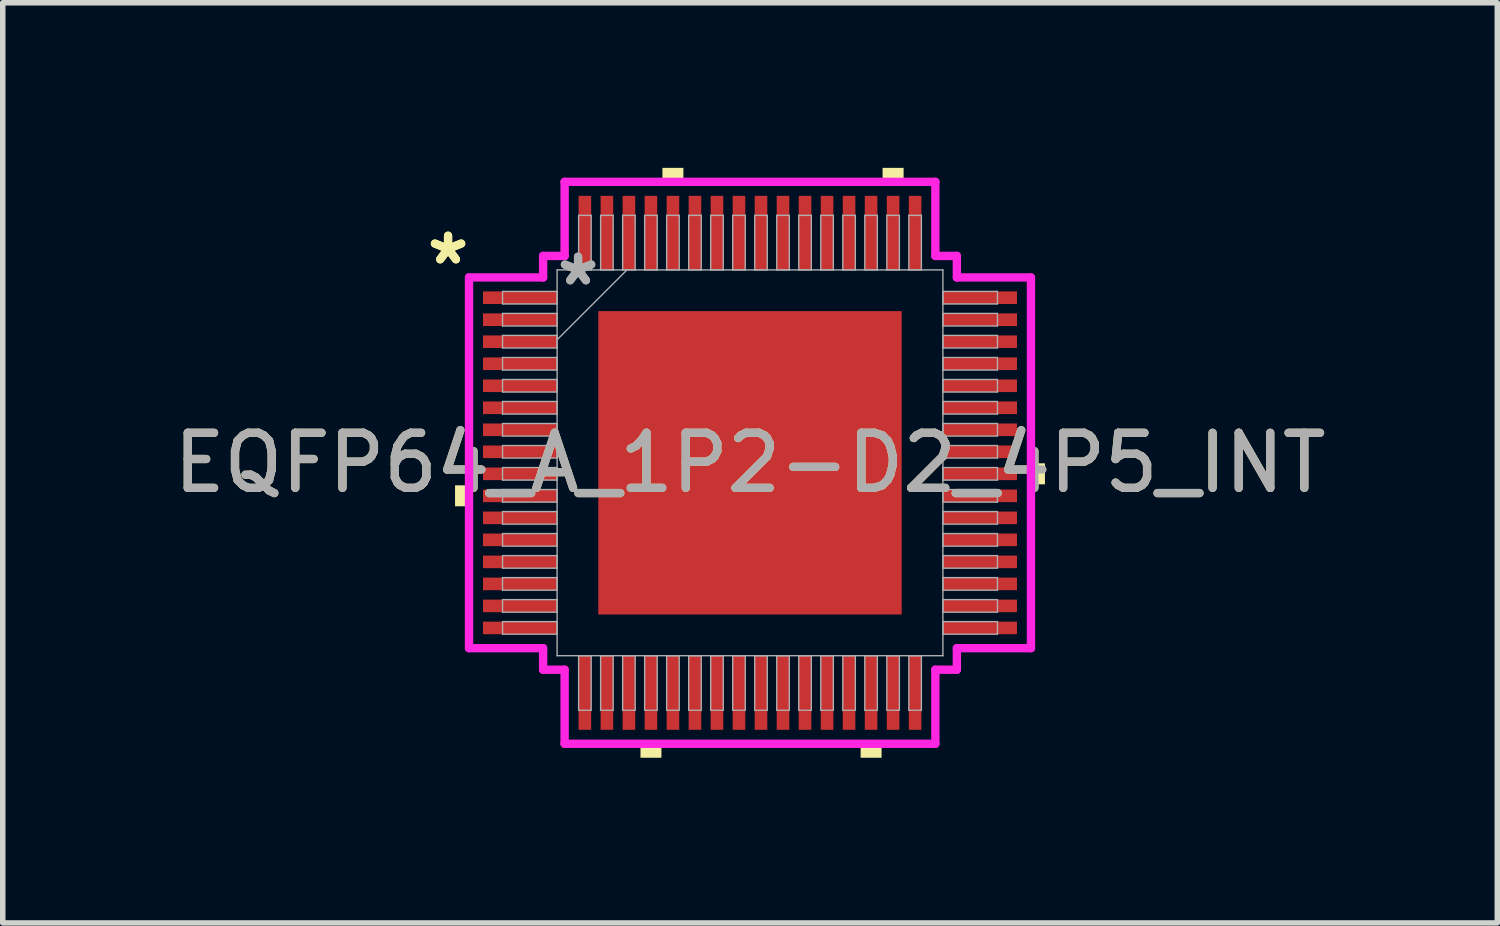
<source format=kicad_pcb>
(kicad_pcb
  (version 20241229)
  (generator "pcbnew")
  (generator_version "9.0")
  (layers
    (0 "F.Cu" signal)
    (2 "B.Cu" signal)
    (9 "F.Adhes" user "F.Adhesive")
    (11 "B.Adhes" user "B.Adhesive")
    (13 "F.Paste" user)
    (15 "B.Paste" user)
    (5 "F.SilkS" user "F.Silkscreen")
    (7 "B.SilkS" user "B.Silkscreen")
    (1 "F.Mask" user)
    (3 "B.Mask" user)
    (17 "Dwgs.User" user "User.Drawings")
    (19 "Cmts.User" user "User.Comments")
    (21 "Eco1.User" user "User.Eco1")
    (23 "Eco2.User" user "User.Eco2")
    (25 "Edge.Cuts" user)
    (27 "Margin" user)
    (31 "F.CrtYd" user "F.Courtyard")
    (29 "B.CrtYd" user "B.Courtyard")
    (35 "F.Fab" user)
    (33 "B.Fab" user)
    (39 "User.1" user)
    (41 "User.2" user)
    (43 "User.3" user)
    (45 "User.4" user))
  (footprint "EQFP64_A_1P2-D2_4P5_INT"
    (layer "F.Cu")
    (at 10.577 5.359)
    (property "Reference" "EQFP64_A_1P2-D2_4P5_INT" (at 0 0 0) (unlocked yes) (layer "F.SilkS") (effects (font (size 1 1) (thickness 0.15))))
    (attr smd)
    (fp_poly (pts (xy -5.359 0.409) (xy -5.359 0.79) (xy -5.105 0.79) (xy -5.105 0.409)) (stroke (width 0) (type solid)) (fill yes) (layer "F.SilkS"))
    (fp_poly (pts (xy -1.99 5.105) (xy -1.99 5.359) (xy -1.609 5.359) (xy -1.609 5.105)) (stroke (width 0) (type solid)) (fill yes) (layer "F.SilkS"))
    (fp_poly (pts (xy -1.591 -5.105) (xy -1.591 -5.359) (xy -1.21 -5.359) (xy -1.21 -5.105)) (stroke (width 0) (type solid)) (fill yes) (layer "F.SilkS"))
    (fp_poly (pts (xy 2.01 5.105) (xy 2.01 5.359) (xy 2.391 5.359) (xy 2.391 5.105)) (stroke (width 0) (type solid)) (fill yes) (layer "F.SilkS"))
    (fp_poly (pts (xy 2.409 -5.105) (xy 2.409 -5.359) (xy 2.791 -5.359) (xy 2.791 -5.105)) (stroke (width 0) (type solid)) (fill yes) (layer "F.SilkS"))
    (fp_poly (pts (xy 5.359 0.009) (xy 5.359 0.391) (xy 5.105 0.391) (xy 5.105 0.009)) (stroke (width 0) (type solid)) (fill yes) (layer "F.SilkS"))
    (fp_poly (pts (xy -2.656 -2.656) (xy -2.656 -1.478) (xy -1.478 -1.478) (xy -1.478 -2.656)) (stroke (width 0) (type solid)) (fill yes) (layer "F.Paste"))
    (fp_poly (pts (xy -2.656 -1.278) (xy -2.656 -0.1) (xy -1.478 -0.1) (xy -1.478 -1.278)) (stroke (width 0) (type solid)) (fill yes) (layer "F.Paste"))
    (fp_poly (pts (xy -2.656 0.1) (xy -2.656 1.278) (xy -1.478 1.278) (xy -1.478 0.1)) (stroke (width 0) (type solid)) (fill yes) (layer "F.Paste"))
    (fp_poly (pts (xy -2.656 1.478) (xy -2.656 2.656) (xy -1.478 2.656) (xy -1.478 1.478)) (stroke (width 0) (type solid)) (fill yes) (layer "F.Paste"))
    (fp_poly (pts (xy -1.278 -2.656) (xy -1.278 -1.478) (xy -0.1 -1.478) (xy -0.1 -2.656)) (stroke (width 0) (type solid)) (fill yes) (layer "F.Paste"))
    (fp_poly (pts (xy -1.278 -1.278) (xy -1.278 -0.1) (xy -0.1 -0.1) (xy -0.1 -1.278)) (stroke (width 0) (type solid)) (fill yes) (layer "F.Paste"))
    (fp_poly (pts (xy -1.278 0.1) (xy -1.278 1.278) (xy -0.1 1.278) (xy -0.1 0.1)) (stroke (width 0) (type solid)) (fill yes) (layer "F.Paste"))
    (fp_poly (pts (xy -1.278 1.478) (xy -1.278 2.656) (xy -0.1 2.656) (xy -0.1 1.478)) (stroke (width 0) (type solid)) (fill yes) (layer "F.Paste"))
    (fp_poly (pts (xy 0.1 -2.656) (xy 0.1 -1.478) (xy 1.278 -1.478) (xy 1.278 -2.656)) (stroke (width 0) (type solid)) (fill yes) (layer "F.Paste"))
    (fp_poly (pts (xy 0.1 -1.278) (xy 0.1 -0.1) (xy 1.278 -0.1) (xy 1.278 -1.278)) (stroke (width 0) (type solid)) (fill yes) (layer "F.Paste"))
    (fp_poly (pts (xy 0.1 0.1) (xy 0.1 1.278) (xy 1.278 1.278) (xy 1.278 0.1)) (stroke (width 0) (type solid)) (fill yes) (layer "F.Paste"))
    (fp_poly (pts (xy 0.1 1.478) (xy 0.1 2.656) (xy 1.278 2.656) (xy 1.278 1.478)) (stroke (width 0) (type solid)) (fill yes) (layer "F.Paste"))
    (fp_poly (pts (xy 1.478 -2.656) (xy 1.478 -1.478) (xy 2.656 -1.478) (xy 2.656 -2.656)) (stroke (width 0) (type solid)) (fill yes) (layer "F.Paste"))
    (fp_poly (pts (xy 1.478 -1.278) (xy 1.478 -0.1) (xy 2.656 -0.1) (xy 2.656 -1.278)) (stroke (width 0) (type solid)) (fill yes) (layer "F.Paste"))
    (fp_poly (pts (xy 1.478 0.1) (xy 1.478 1.278) (xy 2.656 1.278) (xy 2.656 0.1)) (stroke (width 0) (type solid)) (fill yes) (layer "F.Paste"))
    (fp_poly (pts (xy 1.478 1.478) (xy 1.478 2.656) (xy 2.656 2.656) (xy 2.656 1.478)) (stroke (width 0) (type solid)) (fill yes) (layer "F.Paste"))
    (fp_line (start -5.105 -3.368) (end -3.759 -3.368) (stroke (width 0.152) (type solid)) (layer "F.CrtYd"))
    (fp_line (start -5.105 3.368) (end -5.105 -3.368) (stroke (width 0.152) (type solid)) (layer "F.CrtYd"))
    (fp_line (start -3.759 -3.759) (end -3.368 -3.759) (stroke (width 0.152) (type solid)) (layer "F.CrtYd"))
    (fp_line (start -3.759 -3.368) (end -3.759 -3.759) (stroke (width 0.152) (type solid)) (layer "F.CrtYd"))
    (fp_line (start -3.759 3.368) (end -5.105 3.368) (stroke (width 0.152) (type solid)) (layer "F.CrtYd"))
    (fp_line (start -3.759 3.759) (end -3.759 3.368) (stroke (width 0.152) (type solid)) (layer "F.CrtYd"))
    (fp_line (start -3.759 3.759) (end -3.368 3.759) (stroke (width 0.152) (type solid)) (layer "F.CrtYd"))
    (fp_line (start -3.368 -5.105) (end 3.368 -5.105) (stroke (width 0.152) (type solid)) (layer "F.CrtYd"))
    (fp_line (start -3.368 -3.759) (end -3.368 -5.105) (stroke (width 0.152) (type solid)) (layer "F.CrtYd"))
    (fp_line (start -3.368 3.759) (end -3.368 5.105) (stroke (width 0.152) (type solid)) (layer "F.CrtYd"))
    (fp_line (start -3.368 5.105) (end 3.368 5.105) (stroke (width 0.152) (type solid)) (layer "F.CrtYd"))
    (fp_line (start 3.368 -5.105) (end 3.368 -3.759) (stroke (width 0.152) (type solid)) (layer "F.CrtYd"))
    (fp_line (start 3.368 -3.759) (end 3.759 -3.759) (stroke (width 0.152) (type solid)) (layer "F.CrtYd"))
    (fp_line (start 3.368 3.759) (end 3.759 3.759) (stroke (width 0.152) (type solid)) (layer "F.CrtYd"))
    (fp_line (start 3.368 5.105) (end 3.368 3.759) (stroke (width 0.152) (type solid)) (layer "F.CrtYd"))
    (fp_line (start 3.759 -3.368) (end 3.759 -3.759) (stroke (width 0.152) (type solid)) (layer "F.CrtYd"))
    (fp_line (start 3.759 3.368) (end 5.105 3.368) (stroke (width 0.152) (type solid)) (layer "F.CrtYd"))
    (fp_line (start 3.759 3.759) (end 3.759 3.368) (stroke (width 0.152) (type solid)) (layer "F.CrtYd"))
    (fp_line (start 5.105 -3.368) (end 3.759 -3.368) (stroke (width 0.152) (type solid)) (layer "F.CrtYd"))
    (fp_line (start 5.105 3.368) (end 5.105 -3.368) (stroke (width 0.152) (type solid)) (layer "F.CrtYd"))
    (fp_line (start -4.496 -3.114) (end -4.496 -2.886) (stroke (width 0.025) (type solid)) (layer "F.Fab"))
    (fp_line (start -4.496 -2.886) (end -3.505 -2.886) (stroke (width 0.025) (type solid)) (layer "F.Fab"))
    (fp_line (start -4.496 -2.714) (end -4.496 -2.486) (stroke (width 0.025) (type solid)) (layer "F.Fab"))
    (fp_line (start -4.496 -2.486) (end -3.505 -2.486) (stroke (width 0.025) (type solid)) (layer "F.Fab"))
    (fp_line (start -4.496 -2.314) (end -4.496 -2.086) (stroke (width 0.025) (type solid)) (layer "F.Fab"))
    (fp_line (start -4.496 -2.086) (end -3.505 -2.086) (stroke (width 0.025) (type solid)) (layer "F.Fab"))
    (fp_line (start -4.496 -1.914) (end -4.496 -1.686) (stroke (width 0.025) (type solid)) (layer "F.Fab"))
    (fp_line (start -4.496 -1.686) (end -3.505 -1.686) (stroke (width 0.025) (type solid)) (layer "F.Fab"))
    (fp_line (start -4.496 -1.514) (end -4.496 -1.286) (stroke (width 0.025) (type solid)) (layer "F.Fab"))
    (fp_line (start -4.496 -1.286) (end -3.505 -1.286) (stroke (width 0.025) (type solid)) (layer "F.Fab"))
    (fp_line (start -4.496 -1.114) (end -4.496 -0.886) (stroke (width 0.025) (type solid)) (layer "F.Fab"))
    (fp_line (start -4.496 -0.886) (end -3.505 -0.886) (stroke (width 0.025) (type solid)) (layer "F.Fab"))
    (fp_line (start -4.496 -0.714) (end -4.496 -0.486) (stroke (width 0.025) (type solid)) (layer "F.Fab"))
    (fp_line (start -4.496 -0.486) (end -3.505 -0.486) (stroke (width 0.025) (type solid)) (layer "F.Fab"))
    (fp_line (start -4.496 -0.314) (end -4.496 -0.086) (stroke (width 0.025) (type solid)) (layer "F.Fab"))
    (fp_line (start -4.496 -0.086) (end -3.505 -0.086) (stroke (width 0.025) (type solid)) (layer "F.Fab"))
    (fp_line (start -4.496 0.086) (end -4.496 0.314) (stroke (width 0.025) (type solid)) (layer "F.Fab"))
    (fp_line (start -4.496 0.314) (end -3.505 0.314) (stroke (width 0.025) (type solid)) (layer "F.Fab"))
    (fp_line (start -4.496 0.486) (end -4.496 0.714) (stroke (width 0.025) (type solid)) (layer "F.Fab"))
    (fp_line (start -4.496 0.714) (end -3.505 0.714) (stroke (width 0.025) (type solid)) (layer "F.Fab"))
    (fp_line (start -4.496 0.886) (end -4.496 1.114) (stroke (width 0.025) (type solid)) (layer "F.Fab"))
    (fp_line (start -4.496 1.114) (end -3.505 1.114) (stroke (width 0.025) (type solid)) (layer "F.Fab"))
    (fp_line (start -4.496 1.286) (end -4.496 1.514) (stroke (width 0.025) (type solid)) (layer "F.Fab"))
    (fp_line (start -4.496 1.514) (end -3.505 1.514) (stroke (width 0.025) (type solid)) (layer "F.Fab"))
    (fp_line (start -4.496 1.686) (end -4.496 1.914) (stroke (width 0.025) (type solid)) (layer "F.Fab"))
    (fp_line (start -4.496 1.914) (end -3.505 1.914) (stroke (width 0.025) (type solid)) (layer "F.Fab"))
    (fp_line (start -4.496 2.086) (end -4.496 2.314) (stroke (width 0.025) (type solid)) (layer "F.Fab"))
    (fp_line (start -4.496 2.314) (end -3.505 2.314) (stroke (width 0.025) (type solid)) (layer "F.Fab"))
    (fp_line (start -4.496 2.486) (end -4.496 2.714) (stroke (width 0.025) (type solid)) (layer "F.Fab"))
    (fp_line (start -4.496 2.714) (end -3.505 2.714) (stroke (width 0.025) (type solid)) (layer "F.Fab"))
    (fp_line (start -4.496 2.886) (end -4.496 3.114) (stroke (width 0.025) (type solid)) (layer "F.Fab"))
    (fp_line (start -4.496 3.114) (end -3.505 3.114) (stroke (width 0.025) (type solid)) (layer "F.Fab"))
    (fp_line (start -3.505 -3.505) (end -3.505 3.505) (stroke (width 0.025) (type solid)) (layer "F.Fab"))
    (fp_line (start -3.505 -3.114) (end -4.496 -3.114) (stroke (width 0.025) (type solid)) (layer "F.Fab"))
    (fp_line (start -3.505 -2.886) (end -3.505 -3.114) (stroke (width 0.025) (type solid)) (layer "F.Fab"))
    (fp_line (start -3.505 -2.714) (end -4.496 -2.714) (stroke (width 0.025) (type solid)) (layer "F.Fab"))
    (fp_line (start -3.505 -2.486) (end -3.505 -2.714) (stroke (width 0.025) (type solid)) (layer "F.Fab"))
    (fp_line (start -3.505 -2.314) (end -4.496 -2.314) (stroke (width 0.025) (type solid)) (layer "F.Fab"))
    (fp_line (start -3.505 -2.235) (end -2.235 -3.505) (stroke (width 0.025) (type solid)) (layer "F.Fab"))
    (fp_line (start -3.505 -2.086) (end -3.505 -2.314) (stroke (width 0.025) (type solid)) (layer "F.Fab"))
    (fp_line (start -3.505 -1.914) (end -4.496 -1.914) (stroke (width 0.025) (type solid)) (layer "F.Fab"))
    (fp_line (start -3.505 -1.686) (end -3.505 -1.914) (stroke (width 0.025) (type solid)) (layer "F.Fab"))
    (fp_line (start -3.505 -1.514) (end -4.496 -1.514) (stroke (width 0.025) (type solid)) (layer "F.Fab"))
    (fp_line (start -3.505 -1.286) (end -3.505 -1.514) (stroke (width 0.025) (type solid)) (layer "F.Fab"))
    (fp_line (start -3.505 -1.114) (end -4.496 -1.114) (stroke (width 0.025) (type solid)) (layer "F.Fab"))
    (fp_line (start -3.505 -0.886) (end -3.505 -1.114) (stroke (width 0.025) (type solid)) (layer "F.Fab"))
    (fp_line (start -3.505 -0.714) (end -4.496 -0.714) (stroke (width 0.025) (type solid)) (layer "F.Fab"))
    (fp_line (start -3.505 -0.486) (end -3.505 -0.714) (stroke (width 0.025) (type solid)) (layer "F.Fab"))
    (fp_line (start -3.505 -0.314) (end -4.496 -0.314) (stroke (width 0.025) (type solid)) (layer "F.Fab"))
    (fp_line (start -3.505 -0.086) (end -3.505 -0.314) (stroke (width 0.025) (type solid)) (layer "F.Fab"))
    (fp_line (start -3.505 0.086) (end -4.496 0.086) (stroke (width 0.025) (type solid)) (layer "F.Fab"))
    (fp_line (start -3.505 0.314) (end -3.505 0.086) (stroke (width 0.025) (type solid)) (layer "F.Fab"))
    (fp_line (start -3.505 0.486) (end -4.496 0.486) (stroke (width 0.025) (type solid)) (layer "F.Fab"))
    (fp_line (start -3.505 0.714) (end -3.505 0.486) (stroke (width 0.025) (type solid)) (layer "F.Fab"))
    (fp_line (start -3.505 0.886) (end -4.496 0.886) (stroke (width 0.025) (type solid)) (layer "F.Fab"))
    (fp_line (start -3.505 1.114) (end -3.505 0.886) (stroke (width 0.025) (type solid)) (layer "F.Fab"))
    (fp_line (start -3.505 1.286) (end -4.496 1.286) (stroke (width 0.025) (type solid)) (layer "F.Fab"))
    (fp_line (start -3.505 1.514) (end -3.505 1.286) (stroke (width 0.025) (type solid)) (layer "F.Fab"))
    (fp_line (start -3.505 1.686) (end -4.496 1.686) (stroke (width 0.025) (type solid)) (layer "F.Fab"))
    (fp_line (start -3.505 1.914) (end -3.505 1.686) (stroke (width 0.025) (type solid)) (layer "F.Fab"))
    (fp_line (start -3.505 2.086) (end -4.496 2.086) (stroke (width 0.025) (type solid)) (layer "F.Fab"))
    (fp_line (start -3.505 2.314) (end -3.505 2.086) (stroke (width 0.025) (type solid)) (layer "F.Fab"))
    (fp_line (start -3.505 2.486) (end -4.496 2.486) (stroke (width 0.025) (type solid)) (layer "F.Fab"))
    (fp_line (start -3.505 2.714) (end -3.505 2.486) (stroke (width 0.025) (type solid)) (layer "F.Fab"))
    (fp_line (start -3.505 2.886) (end -4.496 2.886) (stroke (width 0.025) (type solid)) (layer "F.Fab"))
    (fp_line (start -3.505 3.114) (end -3.505 2.886) (stroke (width 0.025) (type solid)) (layer "F.Fab"))
    (fp_line (start -3.505 3.505) (end 3.505 3.505) (stroke (width 0.025) (type solid)) (layer "F.Fab"))
    (fp_line (start -3.114 -4.496) (end -3.114 -3.505) (stroke (width 0.025) (type solid)) (layer "F.Fab"))
    (fp_line (start -3.114 -3.505) (end -2.886 -3.505) (stroke (width 0.025) (type solid)) (layer "F.Fab"))
    (fp_line (start -3.114 3.505) (end -3.114 4.496) (stroke (width 0.025) (type solid)) (layer "F.Fab"))
    (fp_line (start -3.114 4.496) (end -2.886 4.496) (stroke (width 0.025) (type solid)) (layer "F.Fab"))
    (fp_line (start -2.886 -4.496) (end -3.114 -4.496) (stroke (width 0.025) (type solid)) (layer "F.Fab"))
    (fp_line (start -2.886 -3.505) (end -2.886 -4.496) (stroke (width 0.025) (type solid)) (layer "F.Fab"))
    (fp_line (start -2.886 3.505) (end -3.114 3.505) (stroke (width 0.025) (type solid)) (layer "F.Fab"))
    (fp_line (start -2.886 4.496) (end -2.886 3.505) (stroke (width 0.025) (type solid)) (layer "F.Fab"))
    (fp_line (start -2.714 -4.496) (end -2.714 -3.505) (stroke (width 0.025) (type solid)) (layer "F.Fab"))
    (fp_line (start -2.714 -3.505) (end -2.486 -3.505) (stroke (width 0.025) (type solid)) (layer "F.Fab"))
    (fp_line (start -2.714 3.505) (end -2.714 4.496) (stroke (width 0.025) (type solid)) (layer "F.Fab"))
    (fp_line (start -2.714 4.496) (end -2.486 4.496) (stroke (width 0.025) (type solid)) (layer "F.Fab"))
    (fp_line (start -2.486 -4.496) (end -2.714 -4.496) (stroke (width 0.025) (type solid)) (layer "F.Fab"))
    (fp_line (start -2.486 -3.505) (end -2.486 -4.496) (stroke (width 0.025) (type solid)) (layer "F.Fab"))
    (fp_line (start -2.486 3.505) (end -2.714 3.505) (stroke (width 0.025) (type solid)) (layer "F.Fab"))
    (fp_line (start -2.486 4.496) (end -2.486 3.505) (stroke (width 0.025) (type solid)) (layer "F.Fab"))
    (fp_line (start -2.314 -4.496) (end -2.314 -3.505) (stroke (width 0.025) (type solid)) (layer "F.Fab"))
    (fp_line (start -2.314 -3.505) (end -2.086 -3.505) (stroke (width 0.025) (type solid)) (layer "F.Fab"))
    (fp_line (start -2.314 3.505) (end -2.314 4.496) (stroke (width 0.025) (type solid)) (layer "F.Fab"))
    (fp_line (start -2.314 4.496) (end -2.086 4.496) (stroke (width 0.025) (type solid)) (layer "F.Fab"))
    (fp_line (start -2.086 -4.496) (end -2.314 -4.496) (stroke (width 0.025) (type solid)) (layer "F.Fab"))
    (fp_line (start -2.086 -3.505) (end -2.086 -4.496) (stroke (width 0.025) (type solid)) (layer "F.Fab"))
    (fp_line (start -2.086 3.505) (end -2.314 3.505) (stroke (width 0.025) (type solid)) (layer "F.Fab"))
    (fp_line (start -2.086 4.496) (end -2.086 3.505) (stroke (width 0.025) (type solid)) (layer "F.Fab"))
    (fp_line (start -1.914 -4.496) (end -1.914 -3.505) (stroke (width 0.025) (type solid)) (layer "F.Fab"))
    (fp_line (start -1.914 -3.505) (end -1.686 -3.505) (stroke (width 0.025) (type solid)) (layer "F.Fab"))
    (fp_line (start -1.914 3.505) (end -1.914 4.496) (stroke (width 0.025) (type solid)) (layer "F.Fab"))
    (fp_line (start -1.914 4.496) (end -1.686 4.496) (stroke (width 0.025) (type solid)) (layer "F.Fab"))
    (fp_line (start -1.686 -4.496) (end -1.914 -4.496) (stroke (width 0.025) (type solid)) (layer "F.Fab"))
    (fp_line (start -1.686 -3.505) (end -1.686 -4.496) (stroke (width 0.025) (type solid)) (layer "F.Fab"))
    (fp_line (start -1.686 3.505) (end -1.914 3.505) (stroke (width 0.025) (type solid)) (layer "F.Fab"))
    (fp_line (start -1.686 4.496) (end -1.686 3.505) (stroke (width 0.025) (type solid)) (layer "F.Fab"))
    (fp_line (start -1.514 -4.496) (end -1.514 -3.505) (stroke (width 0.025) (type solid)) (layer "F.Fab"))
    (fp_line (start -1.514 -3.505) (end -1.286 -3.505) (stroke (width 0.025) (type solid)) (layer "F.Fab"))
    (fp_line (start -1.514 3.505) (end -1.514 4.496) (stroke (width 0.025) (type solid)) (layer "F.Fab"))
    (fp_line (start -1.514 4.496) (end -1.286 4.496) (stroke (width 0.025) (type solid)) (layer "F.Fab"))
    (fp_line (start -1.286 -4.496) (end -1.514 -4.496) (stroke (width 0.025) (type solid)) (layer "F.Fab"))
    (fp_line (start -1.286 -3.505) (end -1.286 -4.496) (stroke (width 0.025) (type solid)) (layer "F.Fab"))
    (fp_line (start -1.286 3.505) (end -1.514 3.505) (stroke (width 0.025) (type solid)) (layer "F.Fab"))
    (fp_line (start -1.286 4.496) (end -1.286 3.505) (stroke (width 0.025) (type solid)) (layer "F.Fab"))
    (fp_line (start -1.114 -4.496) (end -1.114 -3.505) (stroke (width 0.025) (type solid)) (layer "F.Fab"))
    (fp_line (start -1.114 -3.505) (end -0.886 -3.505) (stroke (width 0.025) (type solid)) (layer "F.Fab"))
    (fp_line (start -1.114 3.505) (end -1.114 4.496) (stroke (width 0.025) (type solid)) (layer "F.Fab"))
    (fp_line (start -1.114 4.496) (end -0.886 4.496) (stroke (width 0.025) (type solid)) (layer "F.Fab"))
    (fp_line (start -0.886 -4.496) (end -1.114 -4.496) (stroke (width 0.025) (type solid)) (layer "F.Fab"))
    (fp_line (start -0.886 -3.505) (end -0.886 -4.496) (stroke (width 0.025) (type solid)) (layer "F.Fab"))
    (fp_line (start -0.886 3.505) (end -1.114 3.505) (stroke (width 0.025) (type solid)) (layer "F.Fab"))
    (fp_line (start -0.886 4.496) (end -0.886 3.505) (stroke (width 0.025) (type solid)) (layer "F.Fab"))
    (fp_line (start -0.714 -4.496) (end -0.714 -3.505) (stroke (width 0.025) (type solid)) (layer "F.Fab"))
    (fp_line (start -0.714 -3.505) (end -0.486 -3.505) (stroke (width 0.025) (type solid)) (layer "F.Fab"))
    (fp_line (start -0.714 3.505) (end -0.714 4.496) (stroke (width 0.025) (type solid)) (layer "F.Fab"))
    (fp_line (start -0.714 4.496) (end -0.486 4.496) (stroke (width 0.025) (type solid)) (layer "F.Fab"))
    (fp_line (start -0.486 -4.496) (end -0.714 -4.496) (stroke (width 0.025) (type solid)) (layer "F.Fab"))
    (fp_line (start -0.486 -3.505) (end -0.486 -4.496) (stroke (width 0.025) (type solid)) (layer "F.Fab"))
    (fp_line (start -0.486 3.505) (end -0.714 3.505) (stroke (width 0.025) (type solid)) (layer "F.Fab"))
    (fp_line (start -0.486 4.496) (end -0.486 3.505) (stroke (width 0.025) (type solid)) (layer "F.Fab"))
    (fp_line (start -0.314 -4.496) (end -0.314 -3.505) (stroke (width 0.025) (type solid)) (layer "F.Fab"))
    (fp_line (start -0.314 -3.505) (end -0.086 -3.505) (stroke (width 0.025) (type solid)) (layer "F.Fab"))
    (fp_line (start -0.314 3.505) (end -0.314 4.496) (stroke (width 0.025) (type solid)) (layer "F.Fab"))
    (fp_line (start -0.314 4.496) (end -0.086 4.496) (stroke (width 0.025) (type solid)) (layer "F.Fab"))
    (fp_line (start -0.086 -4.496) (end -0.314 -4.496) (stroke (width 0.025) (type solid)) (layer "F.Fab"))
    (fp_line (start -0.086 -3.505) (end -0.086 -4.496) (stroke (width 0.025) (type solid)) (layer "F.Fab"))
    (fp_line (start -0.086 3.505) (end -0.314 3.505) (stroke (width 0.025) (type solid)) (layer "F.Fab"))
    (fp_line (start -0.086 4.496) (end -0.086 3.505) (stroke (width 0.025) (type solid)) (layer "F.Fab"))
    (fp_line (start 0.086 -4.496) (end 0.086 -3.505) (stroke (width 0.025) (type solid)) (layer "F.Fab"))
    (fp_line (start 0.086 -3.505) (end 0.314 -3.505) (stroke (width 0.025) (type solid)) (layer "F.Fab"))
    (fp_line (start 0.086 3.505) (end 0.086 4.496) (stroke (width 0.025) (type solid)) (layer "F.Fab"))
    (fp_line (start 0.086 4.496) (end 0.314 4.496) (stroke (width 0.025) (type solid)) (layer "F.Fab"))
    (fp_line (start 0.314 -4.496) (end 0.086 -4.496) (stroke (width 0.025) (type solid)) (layer "F.Fab"))
    (fp_line (start 0.314 -3.505) (end 0.314 -4.496) (stroke (width 0.025) (type solid)) (layer "F.Fab"))
    (fp_line (start 0.314 3.505) (end 0.086 3.505) (stroke (width 0.025) (type solid)) (layer "F.Fab"))
    (fp_line (start 0.314 4.496) (end 0.314 3.505) (stroke (width 0.025) (type solid)) (layer "F.Fab"))
    (fp_line (start 0.486 -4.496) (end 0.486 -3.505) (stroke (width 0.025) (type solid)) (layer "F.Fab"))
    (fp_line (start 0.486 -3.505) (end 0.714 -3.505) (stroke (width 0.025) (type solid)) (layer "F.Fab"))
    (fp_line (start 0.486 3.505) (end 0.486 4.496) (stroke (width 0.025) (type solid)) (layer "F.Fab"))
    (fp_line (start 0.486 4.496) (end 0.714 4.496) (stroke (width 0.025) (type solid)) (layer "F.Fab"))
    (fp_line (start 0.714 -4.496) (end 0.486 -4.496) (stroke (width 0.025) (type solid)) (layer "F.Fab"))
    (fp_line (start 0.714 -3.505) (end 0.714 -4.496) (stroke (width 0.025) (type solid)) (layer "F.Fab"))
    (fp_line (start 0.714 3.505) (end 0.486 3.505) (stroke (width 0.025) (type solid)) (layer "F.Fab"))
    (fp_line (start 0.714 4.496) (end 0.714 3.505) (stroke (width 0.025) (type solid)) (layer "F.Fab"))
    (fp_line (start 0.886 -4.496) (end 0.886 -3.505) (stroke (width 0.025) (type solid)) (layer "F.Fab"))
    (fp_line (start 0.886 -3.505) (end 1.114 -3.505) (stroke (width 0.025) (type solid)) (layer "F.Fab"))
    (fp_line (start 0.886 3.505) (end 0.886 4.496) (stroke (width 0.025) (type solid)) (layer "F.Fab"))
    (fp_line (start 0.886 4.496) (end 1.114 4.496) (stroke (width 0.025) (type solid)) (layer "F.Fab"))
    (fp_line (start 1.114 -4.496) (end 0.886 -4.496) (stroke (width 0.025) (type solid)) (layer "F.Fab"))
    (fp_line (start 1.114 -3.505) (end 1.114 -4.496) (stroke (width 0.025) (type solid)) (layer "F.Fab"))
    (fp_line (start 1.114 3.505) (end 0.886 3.505) (stroke (width 0.025) (type solid)) (layer "F.Fab"))
    (fp_line (start 1.114 4.496) (end 1.114 3.505) (stroke (width 0.025) (type solid)) (layer "F.Fab"))
    (fp_line (start 1.286 -4.496) (end 1.286 -3.505) (stroke (width 0.025) (type solid)) (layer "F.Fab"))
    (fp_line (start 1.286 -3.505) (end 1.514 -3.505) (stroke (width 0.025) (type solid)) (layer "F.Fab"))
    (fp_line (start 1.286 3.505) (end 1.286 4.496) (stroke (width 0.025) (type solid)) (layer "F.Fab"))
    (fp_line (start 1.286 4.496) (end 1.514 4.496) (stroke (width 0.025) (type solid)) (layer "F.Fab"))
    (fp_line (start 1.514 -4.496) (end 1.286 -4.496) (stroke (width 0.025) (type solid)) (layer "F.Fab"))
    (fp_line (start 1.514 -3.505) (end 1.514 -4.496) (stroke (width 0.025) (type solid)) (layer "F.Fab"))
    (fp_line (start 1.514 3.505) (end 1.286 3.505) (stroke (width 0.025) (type solid)) (layer "F.Fab"))
    (fp_line (start 1.514 4.496) (end 1.514 3.505) (stroke (width 0.025) (type solid)) (layer "F.Fab"))
    (fp_line (start 1.686 -4.496) (end 1.686 -3.505) (stroke (width 0.025) (type solid)) (layer "F.Fab"))
    (fp_line (start 1.686 -3.505) (end 1.914 -3.505) (stroke (width 0.025) (type solid)) (layer "F.Fab"))
    (fp_line (start 1.686 3.505) (end 1.686 4.496) (stroke (width 0.025) (type solid)) (layer "F.Fab"))
    (fp_line (start 1.686 4.496) (end 1.914 4.496) (stroke (width 0.025) (type solid)) (layer "F.Fab"))
    (fp_line (start 1.914 -4.496) (end 1.686 -4.496) (stroke (width 0.025) (type solid)) (layer "F.Fab"))
    (fp_line (start 1.914 -3.505) (end 1.914 -4.496) (stroke (width 0.025) (type solid)) (layer "F.Fab"))
    (fp_line (start 1.914 3.505) (end 1.686 3.505) (stroke (width 0.025) (type solid)) (layer "F.Fab"))
    (fp_line (start 1.914 4.496) (end 1.914 3.505) (stroke (width 0.025) (type solid)) (layer "F.Fab"))
    (fp_line (start 2.086 -4.496) (end 2.086 -3.505) (stroke (width 0.025) (type solid)) (layer "F.Fab"))
    (fp_line (start 2.086 -3.505) (end 2.314 -3.505) (stroke (width 0.025) (type solid)) (layer "F.Fab"))
    (fp_line (start 2.086 3.505) (end 2.086 4.496) (stroke (width 0.025) (type solid)) (layer "F.Fab"))
    (fp_line (start 2.086 4.496) (end 2.314 4.496) (stroke (width 0.025) (type solid)) (layer "F.Fab"))
    (fp_line (start 2.314 -4.496) (end 2.086 -4.496) (stroke (width 0.025) (type solid)) (layer "F.Fab"))
    (fp_line (start 2.314 -3.505) (end 2.314 -4.496) (stroke (width 0.025) (type solid)) (layer "F.Fab"))
    (fp_line (start 2.314 3.505) (end 2.086 3.505) (stroke (width 0.025) (type solid)) (layer "F.Fab"))
    (fp_line (start 2.314 4.496) (end 2.314 3.505) (stroke (width 0.025) (type solid)) (layer "F.Fab"))
    (fp_line (start 2.486 -4.496) (end 2.486 -3.505) (stroke (width 0.025) (type solid)) (layer "F.Fab"))
    (fp_line (start 2.486 -3.505) (end 2.714 -3.505) (stroke (width 0.025) (type solid)) (layer "F.Fab"))
    (fp_line (start 2.486 3.505) (end 2.486 4.496) (stroke (width 0.025) (type solid)) (layer "F.Fab"))
    (fp_line (start 2.486 4.496) (end 2.714 4.496) (stroke (width 0.025) (type solid)) (layer "F.Fab"))
    (fp_line (start 2.714 -4.496) (end 2.486 -4.496) (stroke (width 0.025) (type solid)) (layer "F.Fab"))
    (fp_line (start 2.714 -3.505) (end 2.714 -4.496) (stroke (width 0.025) (type solid)) (layer "F.Fab"))
    (fp_line (start 2.714 3.505) (end 2.486 3.505) (stroke (width 0.025) (type solid)) (layer "F.Fab"))
    (fp_line (start 2.714 4.496) (end 2.714 3.505) (stroke (width 0.025) (type solid)) (layer "F.Fab"))
    (fp_line (start 2.886 -4.496) (end 2.886 -3.505) (stroke (width 0.025) (type solid)) (layer "F.Fab"))
    (fp_line (start 2.886 -3.505) (end 3.114 -3.505) (stroke (width 0.025) (type solid)) (layer "F.Fab"))
    (fp_line (start 2.886 3.505) (end 2.886 4.496) (stroke (width 0.025) (type solid)) (layer "F.Fab"))
    (fp_line (start 2.886 4.496) (end 3.114 4.496) (stroke (width 0.025) (type solid)) (layer "F.Fab"))
    (fp_line (start 3.114 -4.496) (end 2.886 -4.496) (stroke (width 0.025) (type solid)) (layer "F.Fab"))
    (fp_line (start 3.114 -3.505) (end 3.114 -4.496) (stroke (width 0.025) (type solid)) (layer "F.Fab"))
    (fp_line (start 3.114 3.505) (end 2.886 3.505) (stroke (width 0.025) (type solid)) (layer "F.Fab"))
    (fp_line (start 3.114 4.496) (end 3.114 3.505) (stroke (width 0.025) (type solid)) (layer "F.Fab"))
    (fp_line (start 3.505 -3.505) (end -3.505 -3.505) (stroke (width 0.025) (type solid)) (layer "F.Fab"))
    (fp_line (start 3.505 -3.114) (end 3.505 -2.886) (stroke (width 0.025) (type solid)) (layer "F.Fab"))
    (fp_line (start 3.505 -2.886) (end 4.496 -2.886) (stroke (width 0.025) (type solid)) (layer "F.Fab"))
    (fp_line (start 3.505 -2.714) (end 3.505 -2.486) (stroke (width 0.025) (type solid)) (layer "F.Fab"))
    (fp_line (start 3.505 -2.486) (end 4.496 -2.486) (stroke (width 0.025) (type solid)) (layer "F.Fab"))
    (fp_line (start 3.505 -2.314) (end 3.505 -2.086) (stroke (width 0.025) (type solid)) (layer "F.Fab"))
    (fp_line (start 3.505 -2.086) (end 4.496 -2.086) (stroke (width 0.025) (type solid)) (layer "F.Fab"))
    (fp_line (start 3.505 -1.914) (end 3.505 -1.686) (stroke (width 0.025) (type solid)) (layer "F.Fab"))
    (fp_line (start 3.505 -1.686) (end 4.496 -1.686) (stroke (width 0.025) (type solid)) (layer "F.Fab"))
    (fp_line (start 3.505 -1.514) (end 3.505 -1.286) (stroke (width 0.025) (type solid)) (layer "F.Fab"))
    (fp_line (start 3.505 -1.286) (end 4.496 -1.286) (stroke (width 0.025) (type solid)) (layer "F.Fab"))
    (fp_line (start 3.505 -1.114) (end 3.505 -0.886) (stroke (width 0.025) (type solid)) (layer "F.Fab"))
    (fp_line (start 3.505 -0.886) (end 4.496 -0.886) (stroke (width 0.025) (type solid)) (layer "F.Fab"))
    (fp_line (start 3.505 -0.714) (end 3.505 -0.486) (stroke (width 0.025) (type solid)) (layer "F.Fab"))
    (fp_line (start 3.505 -0.486) (end 4.496 -0.486) (stroke (width 0.025) (type solid)) (layer "F.Fab"))
    (fp_line (start 3.505 -0.314) (end 3.505 -0.086) (stroke (width 0.025) (type solid)) (layer "F.Fab"))
    (fp_line (start 3.505 -0.086) (end 4.496 -0.086) (stroke (width 0.025) (type solid)) (layer "F.Fab"))
    (fp_line (start 3.505 0.086) (end 3.505 0.314) (stroke (width 0.025) (type solid)) (layer "F.Fab"))
    (fp_line (start 3.505 0.314) (end 4.496 0.314) (stroke (width 0.025) (type solid)) (layer "F.Fab"))
    (fp_line (start 3.505 0.486) (end 3.505 0.714) (stroke (width 0.025) (type solid)) (layer "F.Fab"))
    (fp_line (start 3.505 0.714) (end 4.496 0.714) (stroke (width 0.025) (type solid)) (layer "F.Fab"))
    (fp_line (start 3.505 0.886) (end 3.505 1.114) (stroke (width 0.025) (type solid)) (layer "F.Fab"))
    (fp_line (start 3.505 1.114) (end 4.496 1.114) (stroke (width 0.025) (type solid)) (layer "F.Fab"))
    (fp_line (start 3.505 1.286) (end 3.505 1.514) (stroke (width 0.025) (type solid)) (layer "F.Fab"))
    (fp_line (start 3.505 1.514) (end 4.496 1.514) (stroke (width 0.025) (type solid)) (layer "F.Fab"))
    (fp_line (start 3.505 1.686) (end 3.505 1.914) (stroke (width 0.025) (type solid)) (layer "F.Fab"))
    (fp_line (start 3.505 1.914) (end 4.496 1.914) (stroke (width 0.025) (type solid)) (layer "F.Fab"))
    (fp_line (start 3.505 2.086) (end 3.505 2.314) (stroke (width 0.025) (type solid)) (layer "F.Fab"))
    (fp_line (start 3.505 2.314) (end 4.496 2.314) (stroke (width 0.025) (type solid)) (layer "F.Fab"))
    (fp_line (start 3.505 2.486) (end 3.505 2.714) (stroke (width 0.025) (type solid)) (layer "F.Fab"))
    (fp_line (start 3.505 2.714) (end 4.496 2.714) (stroke (width 0.025) (type solid)) (layer "F.Fab"))
    (fp_line (start 3.505 2.886) (end 3.505 3.114) (stroke (width 0.025) (type solid)) (layer "F.Fab"))
    (fp_line (start 3.505 3.114) (end 4.496 3.114) (stroke (width 0.025) (type solid)) (layer "F.Fab"))
    (fp_line (start 3.505 3.505) (end 3.505 -3.505) (stroke (width 0.025) (type solid)) (layer "F.Fab"))
    (fp_line (start 4.496 -3.114) (end 3.505 -3.114) (stroke (width 0.025) (type solid)) (layer "F.Fab"))
    (fp_line (start 4.496 -2.886) (end 4.496 -3.114) (stroke (width 0.025) (type solid)) (layer "F.Fab"))
    (fp_line (start 4.496 -2.714) (end 3.505 -2.714) (stroke (width 0.025) (type solid)) (layer "F.Fab"))
    (fp_line (start 4.496 -2.486) (end 4.496 -2.714) (stroke (width 0.025) (type solid)) (layer "F.Fab"))
    (fp_line (start 4.496 -2.314) (end 3.505 -2.314) (stroke (width 0.025) (type solid)) (layer "F.Fab"))
    (fp_line (start 4.496 -2.086) (end 4.496 -2.314) (stroke (width 0.025) (type solid)) (layer "F.Fab"))
    (fp_line (start 4.496 -1.914) (end 3.505 -1.914) (stroke (width 0.025) (type solid)) (layer "F.Fab"))
    (fp_line (start 4.496 -1.686) (end 4.496 -1.914) (stroke (width 0.025) (type solid)) (layer "F.Fab"))
    (fp_line (start 4.496 -1.514) (end 3.505 -1.514) (stroke (width 0.025) (type solid)) (layer "F.Fab"))
    (fp_line (start 4.496 -1.286) (end 4.496 -1.514) (stroke (width 0.025) (type solid)) (layer "F.Fab"))
    (fp_line (start 4.496 -1.114) (end 3.505 -1.114) (stroke (width 0.025) (type solid)) (layer "F.Fab"))
    (fp_line (start 4.496 -0.886) (end 4.496 -1.114) (stroke (width 0.025) (type solid)) (layer "F.Fab"))
    (fp_line (start 4.496 -0.714) (end 3.505 -0.714) (stroke (width 0.025) (type solid)) (layer "F.Fab"))
    (fp_line (start 4.496 -0.486) (end 4.496 -0.714) (stroke (width 0.025) (type solid)) (layer "F.Fab"))
    (fp_line (start 4.496 -0.314) (end 3.505 -0.314) (stroke (width 0.025) (type solid)) (layer "F.Fab"))
    (fp_line (start 4.496 -0.086) (end 4.496 -0.314) (stroke (width 0.025) (type solid)) (layer "F.Fab"))
    (fp_line (start 4.496 0.086) (end 3.505 0.086) (stroke (width 0.025) (type solid)) (layer "F.Fab"))
    (fp_line (start 4.496 0.314) (end 4.496 0.086) (stroke (width 0.025) (type solid)) (layer "F.Fab"))
    (fp_line (start 4.496 0.486) (end 3.505 0.486) (stroke (width 0.025) (type solid)) (layer "F.Fab"))
    (fp_line (start 4.496 0.714) (end 4.496 0.486) (stroke (width 0.025) (type solid)) (layer "F.Fab"))
    (fp_line (start 4.496 0.886) (end 3.505 0.886) (stroke (width 0.025) (type solid)) (layer "F.Fab"))
    (fp_line (start 4.496 1.114) (end 4.496 0.886) (stroke (width 0.025) (type solid)) (layer "F.Fab"))
    (fp_line (start 4.496 1.286) (end 3.505 1.286) (stroke (width 0.025) (type solid)) (layer "F.Fab"))
    (fp_line (start 4.496 1.514) (end 4.496 1.286) (stroke (width 0.025) (type solid)) (layer "F.Fab"))
    (fp_line (start 4.496 1.686) (end 3.505 1.686) (stroke (width 0.025) (type solid)) (layer "F.Fab"))
    (fp_line (start 4.496 1.914) (end 4.496 1.686) (stroke (width 0.025) (type solid)) (layer "F.Fab"))
    (fp_line (start 4.496 2.086) (end 3.505 2.086) (stroke (width 0.025) (type solid)) (layer "F.Fab"))
    (fp_line (start 4.496 2.314) (end 4.496 2.086) (stroke (width 0.025) (type solid)) (layer "F.Fab"))
    (fp_line (start 4.496 2.486) (end 3.505 2.486) (stroke (width 0.025) (type solid)) (layer "F.Fab"))
    (fp_line (start 4.496 2.714) (end 4.496 2.486) (stroke (width 0.025) (type solid)) (layer "F.Fab"))
    (fp_line (start 4.496 2.886) (end 3.505 2.886) (stroke (width 0.025) (type solid)) (layer "F.Fab"))
    (fp_line (start 4.496 3.114) (end 4.496 2.886) (stroke (width 0.025) (type solid)) (layer "F.Fab"))
    (fp_text user "*" (at -5.486 -3.581 0) (unlocked yes) (layer "F.SilkS") (effects (font (size 1 1) (thickness 0.15))))
    (fp_text user "*" (at -5.486 -3.581 0) (layer "F.SilkS") (effects (font (size 1 1) (thickness 0.15))))
    (fp_text user "*" (at -3.124 -3.2 0) (layer "F.Fab") (effects (font (size 1 1) (thickness 0.15))))
    (fp_text user "*" (at -3.124 -3.2 0) (unlocked yes) (layer "F.Fab") (effects (font (size 1 1) (thickness 0.15))))
    (fp_text user "${REFERENCE}" (at 0 0 0) (unlocked yes) (layer "F.Fab") (effects (font (size 1 1) (thickness 0.15))))
    (pad "1" smd rect (at -4.178 -3 90) (size 0.229 1.346) (layers "F.Cu" "F.Mask" "F.Paste"))
    (pad "2" smd rect (at -4.178 -2.6 90) (size 0.229 1.346) (layers "F.Cu" "F.Mask" "F.Paste"))
    (pad "3" smd rect (at -4.178 -2.2 90) (size 0.229 1.346) (layers "F.Cu" "F.Mask" "F.Paste"))
    (pad "4" smd rect (at -4.178 -1.8 90) (size 0.229 1.346) (layers "F.Cu" "F.Mask" "F.Paste"))
    (pad "5" smd rect (at -4.178 -1.4 90) (size 0.229 1.346) (layers "F.Cu" "F.Mask" "F.Paste"))
    (pad "6" smd rect (at -4.178 -1 90) (size 0.229 1.346) (layers "F.Cu" "F.Mask" "F.Paste"))
    (pad "7" smd rect (at -4.178 -0.6 90) (size 0.229 1.346) (layers "F.Cu" "F.Mask" "F.Paste"))
    (pad "8" smd rect (at -4.178 -0.2 90) (size 0.229 1.346) (layers "F.Cu" "F.Mask" "F.Paste"))
    (pad "9" smd rect (at -4.178 0.2 90) (size 0.229 1.346) (layers "F.Cu" "F.Mask" "F.Paste"))
    (pad "10" smd rect (at -4.178 0.6 90) (size 0.229 1.346) (layers "F.Cu" "F.Mask" "F.Paste"))
    (pad "11" smd rect (at -4.178 1 90) (size 0.229 1.346) (layers "F.Cu" "F.Mask" "F.Paste"))
    (pad "12" smd rect (at -4.178 1.4 90) (size 0.229 1.346) (layers "F.Cu" "F.Mask" "F.Paste"))
    (pad "13" smd rect (at -4.178 1.8 90) (size 0.229 1.346) (layers "F.Cu" "F.Mask" "F.Paste"))
    (pad "14" smd rect (at -4.178 2.2 90) (size 0.229 1.346) (layers "F.Cu" "F.Mask" "F.Paste"))
    (pad "15" smd rect (at -4.178 2.6 90) (size 0.229 1.346) (layers "F.Cu" "F.Mask" "F.Paste"))
    (pad "16" smd rect (at -4.178 3 90) (size 0.229 1.346) (layers "F.Cu" "F.Mask" "F.Paste"))
    (pad "17" smd rect (at -3 4.178) (size 0.229 1.346) (layers "F.Cu" "F.Mask" "F.Paste"))
    (pad "18" smd rect (at -2.6 4.178) (size 0.229 1.346) (layers "F.Cu" "F.Mask" "F.Paste"))
    (pad "19" smd rect (at -2.2 4.178) (size 0.229 1.346) (layers "F.Cu" "F.Mask" "F.Paste"))
    (pad "20" smd rect (at -1.8 4.178) (size 0.229 1.346) (layers "F.Cu" "F.Mask" "F.Paste"))
    (pad "21" smd rect (at -1.4 4.178) (size 0.229 1.346) (layers "F.Cu" "F.Mask" "F.Paste"))
    (pad "22" smd rect (at -1 4.178) (size 0.229 1.346) (layers "F.Cu" "F.Mask" "F.Paste"))
    (pad "23" smd rect (at -0.6 4.178) (size 0.229 1.346) (layers "F.Cu" "F.Mask" "F.Paste"))
    (pad "24" smd rect (at -0.2 4.178) (size 0.229 1.346) (layers "F.Cu" "F.Mask" "F.Paste"))
    (pad "25" smd rect (at 0.2 4.178) (size 0.229 1.346) (layers "F.Cu" "F.Mask" "F.Paste"))
    (pad "26" smd rect (at 0.6 4.178) (size 0.229 1.346) (layers "F.Cu" "F.Mask" "F.Paste"))
    (pad "27" smd rect (at 1 4.178) (size 0.229 1.346) (layers "F.Cu" "F.Mask" "F.Paste"))
    (pad "28" smd rect (at 1.4 4.178) (size 0.229 1.346) (layers "F.Cu" "F.Mask" "F.Paste"))
    (pad "29" smd rect (at 1.8 4.178) (size 0.229 1.346) (layers "F.Cu" "F.Mask" "F.Paste"))
    (pad "30" smd rect (at 2.2 4.178) (size 0.229 1.346) (layers "F.Cu" "F.Mask" "F.Paste"))
    (pad "31" smd rect (at 2.6 4.178) (size 0.229 1.346) (layers "F.Cu" "F.Mask" "F.Paste"))
    (pad "32" smd rect (at 3 4.178) (size 0.229 1.346) (layers "F.Cu" "F.Mask" "F.Paste"))
    (pad "33" smd rect (at 4.178 3 90) (size 0.229 1.346) (layers "F.Cu" "F.Mask" "F.Paste"))
    (pad "34" smd rect (at 4.178 2.6 90) (size 0.229 1.346) (layers "F.Cu" "F.Mask" "F.Paste"))
    (pad "35" smd rect (at 4.178 2.2 90) (size 0.229 1.346) (layers "F.Cu" "F.Mask" "F.Paste"))
    (pad "36" smd rect (at 4.178 1.8 90) (size 0.229 1.346) (layers "F.Cu" "F.Mask" "F.Paste"))
    (pad "37" smd rect (at 4.178 1.4 90) (size 0.229 1.346) (layers "F.Cu" "F.Mask" "F.Paste"))
    (pad "38" smd rect (at 4.178 1 90) (size 0.229 1.346) (layers "F.Cu" "F.Mask" "F.Paste"))
    (pad "39" smd rect (at 4.178 0.6 90) (size 0.229 1.346) (layers "F.Cu" "F.Mask" "F.Paste"))
    (pad "40" smd rect (at 4.178 0.2 90) (size 0.229 1.346) (layers "F.Cu" "F.Mask" "F.Paste"))
    (pad "41" smd rect (at 4.178 -0.2 90) (size 0.229 1.346) (layers "F.Cu" "F.Mask" "F.Paste"))
    (pad "42" smd rect (at 4.178 -0.6 90) (size 0.229 1.346) (layers "F.Cu" "F.Mask" "F.Paste"))
    (pad "43" smd rect (at 4.178 -1 90) (size 0.229 1.346) (layers "F.Cu" "F.Mask" "F.Paste"))
    (pad "44" smd rect (at 4.178 -1.4 90) (size 0.229 1.346) (layers "F.Cu" "F.Mask" "F.Paste"))
    (pad "45" smd rect (at 4.178 -1.8 90) (size 0.229 1.346) (layers "F.Cu" "F.Mask" "F.Paste"))
    (pad "46" smd rect (at 4.178 -2.2 90) (size 0.229 1.346) (layers "F.Cu" "F.Mask" "F.Paste"))
    (pad "47" smd rect (at 4.178 -2.6 90) (size 0.229 1.346) (layers "F.Cu" "F.Mask" "F.Paste"))
    (pad "48" smd rect (at 4.178 -3 90) (size 0.229 1.346) (layers "F.Cu" "F.Mask" "F.Paste"))
    (pad "49" smd rect (at 3 -4.178) (size 0.229 1.346) (layers "F.Cu" "F.Mask" "F.Paste"))
    (pad "50" smd rect (at 2.6 -4.178) (size 0.229 1.346) (layers "F.Cu" "F.Mask" "F.Paste"))
    (pad "51" smd rect (at 2.2 -4.178) (size 0.229 1.346) (layers "F.Cu" "F.Mask" "F.Paste"))
    (pad "52" smd rect (at 1.8 -4.178) (size 0.229 1.346) (layers "F.Cu" "F.Mask" "F.Paste"))
    (pad "53" smd rect (at 1.4 -4.178) (size 0.229 1.346) (layers "F.Cu" "F.Mask" "F.Paste"))
    (pad "54" smd rect (at 1 -4.178) (size 0.229 1.346) (layers "F.Cu" "F.Mask" "F.Paste"))
    (pad "55" smd rect (at 0.6 -4.178) (size 0.229 1.346) (layers "F.Cu" "F.Mask" "F.Paste"))
    (pad "56" smd rect (at 0.2 -4.178) (size 0.229 1.346) (layers "F.Cu" "F.Mask" "F.Paste"))
    (pad "57" smd rect (at -0.2 -4.178) (size 0.229 1.346) (layers "F.Cu" "F.Mask" "F.Paste"))
    (pad "58" smd rect (at -0.6 -4.178) (size 0.229 1.346) (layers "F.Cu" "F.Mask" "F.Paste"))
    (pad "59" smd rect (at -1 -4.178) (size 0.229 1.346) (layers "F.Cu" "F.Mask" "F.Paste"))
    (pad "60" smd rect (at -1.4 -4.178) (size 0.229 1.346) (layers "F.Cu" "F.Mask" "F.Paste"))
    (pad "61" smd rect (at -1.8 -4.178) (size 0.229 1.346) (layers "F.Cu" "F.Mask" "F.Paste"))
    (pad "62" smd rect (at -2.2 -4.178) (size 0.229 1.346) (layers "F.Cu" "F.Mask" "F.Paste"))
    (pad "63" smd rect (at -2.6 -4.178) (size 0.229 1.346) (layers "F.Cu" "F.Mask" "F.Paste"))
    (pad "64" smd rect (at -3 -4.178) (size 0.229 1.346) (layers "F.Cu" "F.Mask" "F.Paste"))
    (pad "EPAD" smd rect (at 0 0) (size 5.512 5.512) (layers "F.Cu" "F.Mask")))
  (gr_rect
    (start -3 -3)
    (end 24.155 13.719)
    (stroke (width 0.1) (type default))
    (fill no)
    (layer "Edge.Cuts")))
</source>
